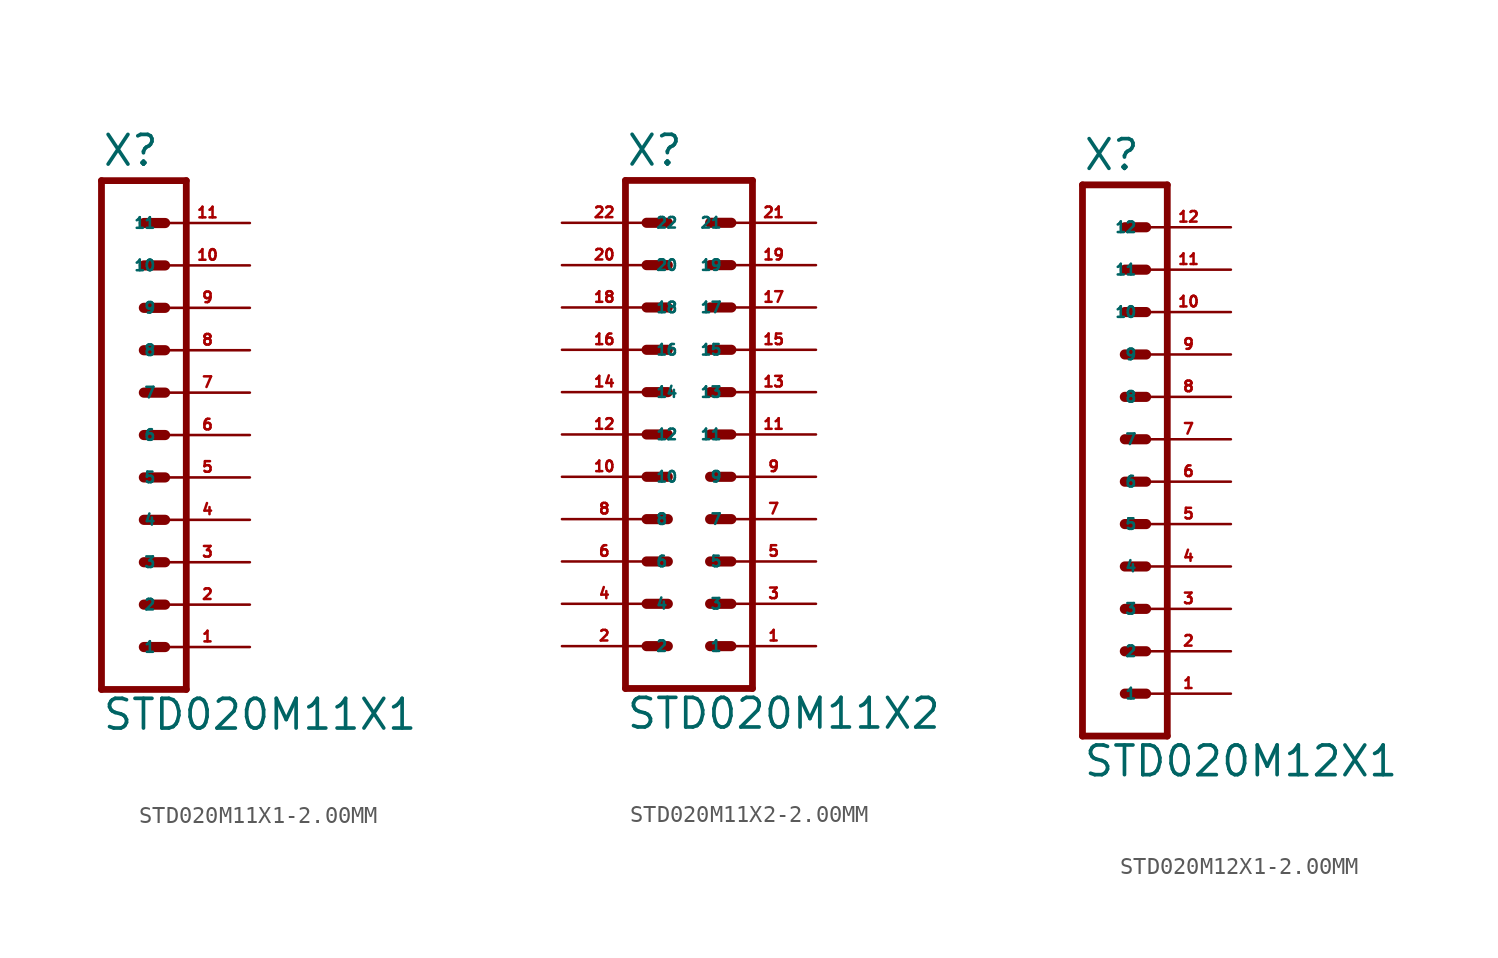
<source format=kicad_sym>
(kicad_symbol_lib
  (version 20220914)
  (generator Eagle2Kicad)
  (symbol "STD020M11X1-2.00MM"
    (property "Reference" "X"
      (at -1.27 18.542 0)
      (effects (font (size 1.778 1.778) (thickness 0.22)) (justify left bottom)))
    (property "Value" "STD020M11X1"
      (at -1.27 -15.24 0)
      (effects (font (size 1.778 1.778) (thickness 0.22)) (justify left bottom)))
    (polyline
      (pts (xy 3.81 -12.7) (xy -1.27 -12.7))
      (stroke (width 0.406) (type default))
      (fill (type none)))
    (polyline
      (pts (xy 1.27 -5.08) (xy 2.54 -5.08))
      (stroke (width 0.61) (type default))
      (fill (type none)))
    (polyline
      (pts (xy 1.27 -7.62) (xy 2.54 -7.62))
      (stroke (width 0.61) (type default))
      (fill (type none)))
    (polyline
      (pts (xy 1.27 -10.16) (xy 2.54 -10.16))
      (stroke (width 0.61) (type default))
      (fill (type none)))
    (polyline
      (pts (xy 1.27 0) (xy 2.54 0))
      (stroke (width 0.61) (type default))
      (fill (type none)))
    (polyline
      (pts (xy 1.27 -2.54) (xy 2.54 -2.54))
      (stroke (width 0.61) (type default))
      (fill (type none)))
    (polyline
      (pts (xy 1.27 7.62) (xy 2.54 7.62))
      (stroke (width 0.61) (type default))
      (fill (type none)))
    (polyline
      (pts (xy 1.27 5.08) (xy 2.54 5.08))
      (stroke (width 0.61) (type default))
      (fill (type none)))
    (polyline
      (pts (xy 1.27 2.54) (xy 2.54 2.54))
      (stroke (width 0.61) (type default))
      (fill (type none)))
    (polyline
      (pts (xy 1.27 12.7) (xy 2.54 12.7))
      (stroke (width 0.61) (type default))
      (fill (type none)))
    (polyline
      (pts (xy 1.27 10.16) (xy 2.54 10.16))
      (stroke (width 0.61) (type default))
      (fill (type none)))
    (polyline
      (pts (xy -1.27 17.78) (xy -1.27 -12.7))
      (stroke (width 0.406) (type default))
      (fill (type none)))
    (polyline
      (pts (xy 3.81 -12.7) (xy 3.81 17.78))
      (stroke (width 0.406) (type default))
      (fill (type none)))
    (polyline
      (pts (xy -1.27 17.78) (xy 3.81 17.78))
      (stroke (width 0.406) (type default))
      (fill (type none)))
    (polyline
      (pts (xy 1.27 15.24) (xy 2.54 15.24))
      (stroke (width 0.61) (type default))
      (fill (type none)))
    (pin passive line
      (at 7.62 -10.16 180)
      (length 5.08)
      (name "1" (effects (font (size 0.635 0.635) (thickness 0.08)) (justify left bottom)))
      (number "1" (effects (font (size 0.635 0.635) (thickness 0.08)) (justify left bottom))))
    (pin passive line
      (at 7.62 -7.62 180)
      (length 5.08)
      (name "2" (effects (font (size 0.635 0.635) (thickness 0.08)) (justify left bottom)))
      (number "2" (effects (font (size 0.635 0.635) (thickness 0.08)) (justify left bottom))))
    (pin passive line
      (at 7.62 -5.08 180)
      (length 5.08)
      (name "3" (effects (font (size 0.635 0.635) (thickness 0.08)) (justify left bottom)))
      (number "3" (effects (font (size 0.635 0.635) (thickness 0.08)) (justify left bottom))))
    (pin passive line
      (at 7.62 -2.54 180)
      (length 5.08)
      (name "4" (effects (font (size 0.635 0.635) (thickness 0.08)) (justify left bottom)))
      (number "4" (effects (font (size 0.635 0.635) (thickness 0.08)) (justify left bottom))))
    (pin passive line
      (at 7.62 0 180)
      (length 5.08)
      (name "5" (effects (font (size 0.635 0.635) (thickness 0.08)) (justify left bottom)))
      (number "5" (effects (font (size 0.635 0.635) (thickness 0.08)) (justify left bottom))))
    (pin passive line
      (at 7.62 2.54 180)
      (length 5.08)
      (name "6" (effects (font (size 0.635 0.635) (thickness 0.08)) (justify left bottom)))
      (number "6" (effects (font (size 0.635 0.635) (thickness 0.08)) (justify left bottom))))
    (pin passive line
      (at 7.62 5.08 180)
      (length 5.08)
      (name "7" (effects (font (size 0.635 0.635) (thickness 0.08)) (justify left bottom)))
      (number "7" (effects (font (size 0.635 0.635) (thickness 0.08)) (justify left bottom))))
    (pin passive line
      (at 7.62 7.62 180)
      (length 5.08)
      (name "8" (effects (font (size 0.635 0.635) (thickness 0.08)) (justify left bottom)))
      (number "8" (effects (font (size 0.635 0.635) (thickness 0.08)) (justify left bottom))))
    (pin passive line
      (at 7.62 10.16 180)
      (length 5.08)
      (name "9" (effects (font (size 0.635 0.635) (thickness 0.08)) (justify left bottom)))
      (number "9" (effects (font (size 0.635 0.635) (thickness 0.08)) (justify left bottom))))
    (pin passive line
      (at 7.62 12.7 180)
      (length 5.08)
      (name "10" (effects (font (size 0.635 0.635) (thickness 0.08)) (justify left bottom)))
      (number "10" (effects (font (size 0.635 0.635) (thickness 0.08)) (justify left bottom))))
    (pin passive line
      (at 7.62 15.24 180)
      (length 5.08)
      (name "11" (effects (font (size 0.635 0.635) (thickness 0.08)) (justify left bottom)))
      (number "11" (effects (font (size 0.635 0.635) (thickness 0.08)) (justify left bottom)))))
  (symbol "STD020M11X2-2.00MM"
    (property "Reference" "X"
      (at -3.81 18.542 0)
      (effects (font (size 1.778 1.778) (thickness 0.22)) (justify left bottom)))
    (property "Value" "STD020M11X2"
      (at -3.81 -15.24 0)
      (effects (font (size 1.778 1.778) (thickness 0.22)) (justify left bottom)))
    (polyline
      (pts (xy 3.81 -12.7) (xy -3.81 -12.7))
      (stroke (width 0.406) (type default))
      (fill (type none)))
    (polyline
      (pts (xy 1.27 -5.08) (xy 2.54 -5.08))
      (stroke (width 0.61) (type default))
      (fill (type none)))
    (polyline
      (pts (xy 1.27 -7.62) (xy 2.54 -7.62))
      (stroke (width 0.61) (type default))
      (fill (type none)))
    (polyline
      (pts (xy 1.27 -10.16) (xy 2.54 -10.16))
      (stroke (width 0.61) (type default))
      (fill (type none)))
    (polyline
      (pts (xy -2.54 -5.08) (xy -1.27 -5.08))
      (stroke (width 0.61) (type default))
      (fill (type none)))
    (polyline
      (pts (xy -2.54 -7.62) (xy -1.27 -7.62))
      (stroke (width 0.61) (type default))
      (fill (type none)))
    (polyline
      (pts (xy -2.54 -10.16) (xy -1.27 -10.16))
      (stroke (width 0.61) (type default))
      (fill (type none)))
    (polyline
      (pts (xy 1.27 0) (xy 2.54 0))
      (stroke (width 0.61) (type default))
      (fill (type none)))
    (polyline
      (pts (xy 1.27 -2.54) (xy 2.54 -2.54))
      (stroke (width 0.61) (type default))
      (fill (type none)))
    (polyline
      (pts (xy -2.54 0) (xy -1.27 0))
      (stroke (width 0.61) (type default))
      (fill (type none)))
    (polyline
      (pts (xy -2.54 -2.54) (xy -1.27 -2.54))
      (stroke (width 0.61) (type default))
      (fill (type none)))
    (polyline
      (pts (xy 1.27 7.62) (xy 2.54 7.62))
      (stroke (width 0.61) (type default))
      (fill (type none)))
    (polyline
      (pts (xy 1.27 5.08) (xy 2.54 5.08))
      (stroke (width 0.61) (type default))
      (fill (type none)))
    (polyline
      (pts (xy 1.27 2.54) (xy 2.54 2.54))
      (stroke (width 0.61) (type default))
      (fill (type none)))
    (polyline
      (pts (xy -2.54 7.62) (xy -1.27 7.62))
      (stroke (width 0.61) (type default))
      (fill (type none)))
    (polyline
      (pts (xy -2.54 5.08) (xy -1.27 5.08))
      (stroke (width 0.61) (type default))
      (fill (type none)))
    (polyline
      (pts (xy -2.54 2.54) (xy -1.27 2.54))
      (stroke (width 0.61) (type default))
      (fill (type none)))
    (polyline
      (pts (xy -3.81 17.78) (xy -3.81 -12.7))
      (stroke (width 0.406) (type default))
      (fill (type none)))
    (polyline
      (pts (xy 3.81 -12.7) (xy 3.81 17.78))
      (stroke (width 0.406) (type default))
      (fill (type none)))
    (polyline
      (pts (xy -3.81 17.78) (xy 3.81 17.78))
      (stroke (width 0.406) (type default))
      (fill (type none)))
    (polyline
      (pts (xy 1.27 12.7) (xy 2.54 12.7))
      (stroke (width 0.61) (type default))
      (fill (type none)))
    (polyline
      (pts (xy 1.27 10.16) (xy 2.54 10.16))
      (stroke (width 0.61) (type default))
      (fill (type none)))
    (polyline
      (pts (xy -2.54 12.7) (xy -1.27 12.7))
      (stroke (width 0.61) (type default))
      (fill (type none)))
    (polyline
      (pts (xy -2.54 10.16) (xy -1.27 10.16))
      (stroke (width 0.61) (type default))
      (fill (type none)))
    (polyline
      (pts (xy 1.27 15.24) (xy 2.54 15.24))
      (stroke (width 0.61) (type default))
      (fill (type none)))
    (polyline
      (pts (xy -2.54 15.24) (xy -1.27 15.24))
      (stroke (width 0.61) (type default))
      (fill (type none)))
    (pin passive line
      (at 7.62 -10.16 180)
      (length 5.08)
      (name "1" (effects (font (size 0.635 0.635) (thickness 0.08)) (justify left bottom)))
      (number "1" (effects (font (size 0.635 0.635) (thickness 0.08)) (justify left bottom))))
    (pin passive line
      (at 7.62 -7.62 180)
      (length 5.08)
      (name "3" (effects (font (size 0.635 0.635) (thickness 0.08)) (justify left bottom)))
      (number "3" (effects (font (size 0.635 0.635) (thickness 0.08)) (justify left bottom))))
    (pin passive line
      (at 7.62 -5.08 180)
      (length 5.08)
      (name "5" (effects (font (size 0.635 0.635) (thickness 0.08)) (justify left bottom)))
      (number "5" (effects (font (size 0.635 0.635) (thickness 0.08)) (justify left bottom))))
    (pin passive line
      (at -7.62 -10.16 0)
      (length 5.08)
      (name "2" (effects (font (size 0.635 0.635) (thickness 0.08)) (justify left bottom)))
      (number "2" (effects (font (size 0.635 0.635) (thickness 0.08)) (justify left bottom))))
    (pin passive line
      (at -7.62 -7.62 0)
      (length 5.08)
      (name "4" (effects (font (size 0.635 0.635) (thickness 0.08)) (justify left bottom)))
      (number "4" (effects (font (size 0.635 0.635) (thickness 0.08)) (justify left bottom))))
    (pin passive line
      (at -7.62 -5.08 0)
      (length 5.08)
      (name "6" (effects (font (size 0.635 0.635) (thickness 0.08)) (justify left bottom)))
      (number "6" (effects (font (size 0.635 0.635) (thickness 0.08)) (justify left bottom))))
    (pin passive line
      (at 7.62 -2.54 180)
      (length 5.08)
      (name "7" (effects (font (size 0.635 0.635) (thickness 0.08)) (justify left bottom)))
      (number "7" (effects (font (size 0.635 0.635) (thickness 0.08)) (justify left bottom))))
    (pin passive line
      (at 7.62 0 180)
      (length 5.08)
      (name "9" (effects (font (size 0.635 0.635) (thickness 0.08)) (justify left bottom)))
      (number "9" (effects (font (size 0.635 0.635) (thickness 0.08)) (justify left bottom))))
    (pin passive line
      (at -7.62 -2.54 0)
      (length 5.08)
      (name "8" (effects (font (size 0.635 0.635) (thickness 0.08)) (justify left bottom)))
      (number "8" (effects (font (size 0.635 0.635) (thickness 0.08)) (justify left bottom))))
    (pin passive line
      (at -7.62 0 0)
      (length 5.08)
      (name "10" (effects (font (size 0.635 0.635) (thickness 0.08)) (justify left bottom)))
      (number "10" (effects (font (size 0.635 0.635) (thickness 0.08)) (justify left bottom))))
    (pin passive line
      (at 7.62 2.54 180)
      (length 5.08)
      (name "11" (effects (font (size 0.635 0.635) (thickness 0.08)) (justify left bottom)))
      (number "11" (effects (font (size 0.635 0.635) (thickness 0.08)) (justify left bottom))))
    (pin passive line
      (at 7.62 5.08 180)
      (length 5.08)
      (name "13" (effects (font (size 0.635 0.635) (thickness 0.08)) (justify left bottom)))
      (number "13" (effects (font (size 0.635 0.635) (thickness 0.08)) (justify left bottom))))
    (pin passive line
      (at 7.62 7.62 180)
      (length 5.08)
      (name "15" (effects (font (size 0.635 0.635) (thickness 0.08)) (justify left bottom)))
      (number "15" (effects (font (size 0.635 0.635) (thickness 0.08)) (justify left bottom))))
    (pin passive line
      (at -7.62 2.54 0)
      (length 5.08)
      (name "12" (effects (font (size 0.635 0.635) (thickness 0.08)) (justify left bottom)))
      (number "12" (effects (font (size 0.635 0.635) (thickness 0.08)) (justify left bottom))))
    (pin passive line
      (at -7.62 5.08 0)
      (length 5.08)
      (name "14" (effects (font (size 0.635 0.635) (thickness 0.08)) (justify left bottom)))
      (number "14" (effects (font (size 0.635 0.635) (thickness 0.08)) (justify left bottom))))
    (pin passive line
      (at -7.62 7.62 0)
      (length 5.08)
      (name "16" (effects (font (size 0.635 0.635) (thickness 0.08)) (justify left bottom)))
      (number "16" (effects (font (size 0.635 0.635) (thickness 0.08)) (justify left bottom))))
    (pin passive line
      (at 7.62 10.16 180)
      (length 5.08)
      (name "17" (effects (font (size 0.635 0.635) (thickness 0.08)) (justify left bottom)))
      (number "17" (effects (font (size 0.635 0.635) (thickness 0.08)) (justify left bottom))))
    (pin passive line
      (at 7.62 12.7 180)
      (length 5.08)
      (name "19" (effects (font (size 0.635 0.635) (thickness 0.08)) (justify left bottom)))
      (number "19" (effects (font (size 0.635 0.635) (thickness 0.08)) (justify left bottom))))
    (pin passive line
      (at -7.62 10.16 0)
      (length 5.08)
      (name "18" (effects (font (size 0.635 0.635) (thickness 0.08)) (justify left bottom)))
      (number "18" (effects (font (size 0.635 0.635) (thickness 0.08)) (justify left bottom))))
    (pin passive line
      (at -7.62 12.7 0)
      (length 5.08)
      (name "20" (effects (font (size 0.635 0.635) (thickness 0.08)) (justify left bottom)))
      (number "20" (effects (font (size 0.635 0.635) (thickness 0.08)) (justify left bottom))))
    (pin passive line
      (at 7.62 15.24 180)
      (length 5.08)
      (name "21" (effects (font (size 0.635 0.635) (thickness 0.08)) (justify left bottom)))
      (number "21" (effects (font (size 0.635 0.635) (thickness 0.08)) (justify left bottom))))
    (pin passive line
      (at -7.62 15.24 0)
      (length 5.08)
      (name "22" (effects (font (size 0.635 0.635) (thickness 0.08)) (justify left bottom)))
      (number "22" (effects (font (size 0.635 0.635) (thickness 0.08)) (justify left bottom)))))
  (symbol "STD020M12X1-2.00MM"
    (property "Reference" "X"
      (at -1.27 18.542 0)
      (effects (font (size 1.778 1.778) (thickness 0.22)) (justify left bottom)))
    (property "Value" "STD020M12X1"
      (at -1.27 -17.78 0)
      (effects (font (size 1.778 1.778) (thickness 0.22)) (justify left bottom)))
    (polyline
      (pts (xy 3.81 -15.24) (xy -1.27 -15.24))
      (stroke (width 0.406) (type default))
      (fill (type none)))
    (polyline
      (pts (xy 1.27 -7.62) (xy 2.54 -7.62))
      (stroke (width 0.61) (type default))
      (fill (type none)))
    (polyline
      (pts (xy 1.27 -10.16) (xy 2.54 -10.16))
      (stroke (width 0.61) (type default))
      (fill (type none)))
    (polyline
      (pts (xy 1.27 -12.7) (xy 2.54 -12.7))
      (stroke (width 0.61) (type default))
      (fill (type none)))
    (polyline
      (pts (xy 1.27 -2.54) (xy 2.54 -2.54))
      (stroke (width 0.61) (type default))
      (fill (type none)))
    (polyline
      (pts (xy 1.27 -5.08) (xy 2.54 -5.08))
      (stroke (width 0.61) (type default))
      (fill (type none)))
    (polyline
      (pts (xy 1.27 5.08) (xy 2.54 5.08))
      (stroke (width 0.61) (type default))
      (fill (type none)))
    (polyline
      (pts (xy 1.27 2.54) (xy 2.54 2.54))
      (stroke (width 0.61) (type default))
      (fill (type none)))
    (polyline
      (pts (xy 1.27 0) (xy 2.54 0))
      (stroke (width 0.61) (type default))
      (fill (type none)))
    (polyline
      (pts (xy 1.27 10.16) (xy 2.54 10.16))
      (stroke (width 0.61) (type default))
      (fill (type none)))
    (polyline
      (pts (xy 1.27 7.62) (xy 2.54 7.62))
      (stroke (width 0.61) (type default))
      (fill (type none)))
    (polyline
      (pts (xy 1.27 15.24) (xy 2.54 15.24))
      (stroke (width 0.61) (type default))
      (fill (type none)))
    (polyline
      (pts (xy 1.27 12.7) (xy 2.54 12.7))
      (stroke (width 0.61) (type default))
      (fill (type none)))
    (polyline
      (pts (xy -1.27 17.78) (xy -1.27 -15.24))
      (stroke (width 0.406) (type default))
      (fill (type none)))
    (polyline
      (pts (xy 3.81 -15.24) (xy 3.81 17.78))
      (stroke (width 0.406) (type default))
      (fill (type none)))
    (polyline
      (pts (xy -1.27 17.78) (xy 3.81 17.78))
      (stroke (width 0.406) (type default))
      (fill (type none)))
    (pin passive line
      (at 7.62 -12.7 180)
      (length 5.08)
      (name "1" (effects (font (size 0.635 0.635) (thickness 0.08)) (justify left bottom)))
      (number "1" (effects (font (size 0.635 0.635) (thickness 0.08)) (justify left bottom))))
    (pin passive line
      (at 7.62 -10.16 180)
      (length 5.08)
      (name "2" (effects (font (size 0.635 0.635) (thickness 0.08)) (justify left bottom)))
      (number "2" (effects (font (size 0.635 0.635) (thickness 0.08)) (justify left bottom))))
    (pin passive line
      (at 7.62 -7.62 180)
      (length 5.08)
      (name "3" (effects (font (size 0.635 0.635) (thickness 0.08)) (justify left bottom)))
      (number "3" (effects (font (size 0.635 0.635) (thickness 0.08)) (justify left bottom))))
    (pin passive line
      (at 7.62 -5.08 180)
      (length 5.08)
      (name "4" (effects (font (size 0.635 0.635) (thickness 0.08)) (justify left bottom)))
      (number "4" (effects (font (size 0.635 0.635) (thickness 0.08)) (justify left bottom))))
    (pin passive line
      (at 7.62 -2.54 180)
      (length 5.08)
      (name "5" (effects (font (size 0.635 0.635) (thickness 0.08)) (justify left bottom)))
      (number "5" (effects (font (size 0.635 0.635) (thickness 0.08)) (justify left bottom))))
    (pin passive line
      (at 7.62 0 180)
      (length 5.08)
      (name "6" (effects (font (size 0.635 0.635) (thickness 0.08)) (justify left bottom)))
      (number "6" (effects (font (size 0.635 0.635) (thickness 0.08)) (justify left bottom))))
    (pin passive line
      (at 7.62 2.54 180)
      (length 5.08)
      (name "7" (effects (font (size 0.635 0.635) (thickness 0.08)) (justify left bottom)))
      (number "7" (effects (font (size 0.635 0.635) (thickness 0.08)) (justify left bottom))))
    (pin passive line
      (at 7.62 5.08 180)
      (length 5.08)
      (name "8" (effects (font (size 0.635 0.635) (thickness 0.08)) (justify left bottom)))
      (number "8" (effects (font (size 0.635 0.635) (thickness 0.08)) (justify left bottom))))
    (pin passive line
      (at 7.62 7.62 180)
      (length 5.08)
      (name "9" (effects (font (size 0.635 0.635) (thickness 0.08)) (justify left bottom)))
      (number "9" (effects (font (size 0.635 0.635) (thickness 0.08)) (justify left bottom))))
    (pin passive line
      (at 7.62 10.16 180)
      (length 5.08)
      (name "10" (effects (font (size 0.635 0.635) (thickness 0.08)) (justify left bottom)))
      (number "10" (effects (font (size 0.635 0.635) (thickness 0.08)) (justify left bottom))))
    (pin passive line
      (at 7.62 12.7 180)
      (length 5.08)
      (name "11" (effects (font (size 0.635 0.635) (thickness 0.08)) (justify left bottom)))
      (number "11" (effects (font (size 0.635 0.635) (thickness 0.08)) (justify left bottom))))
    (pin passive line
      (at 7.62 15.24 180)
      (length 5.08)
      (name "12" (effects (font (size 0.635 0.635) (thickness 0.08)) (justify left bottom)))
      (number "12" (effects (font (size 0.635 0.635) (thickness 0.08)) (justify left bottom))))))
</source>
